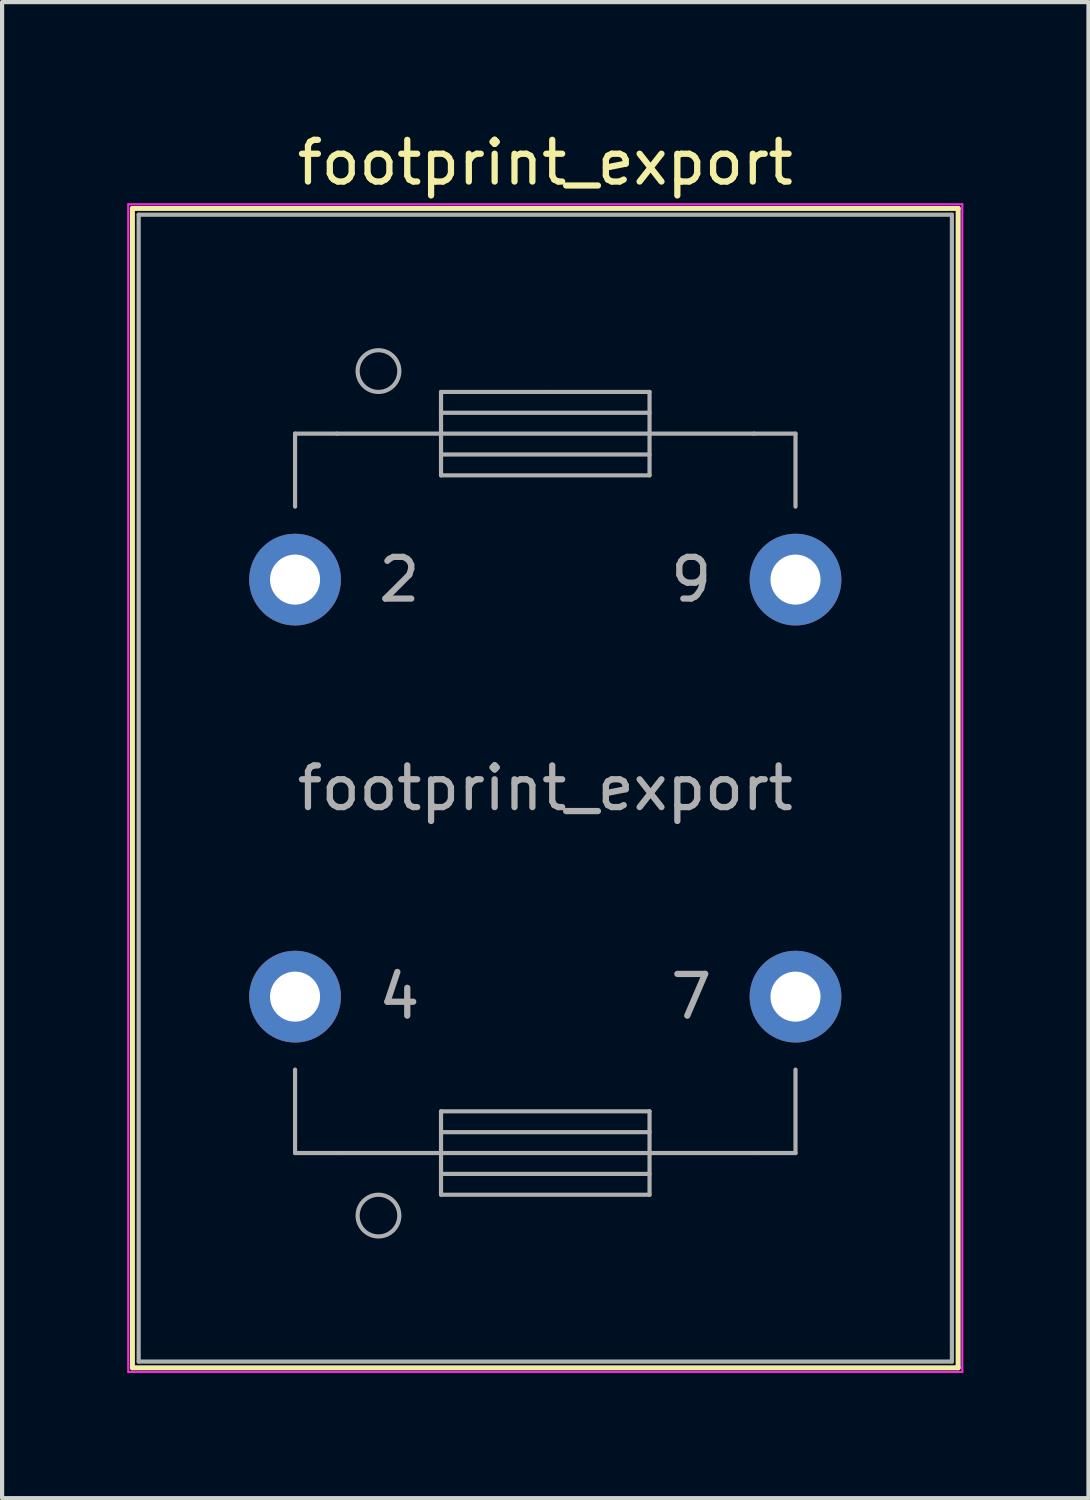
<source format=kicad_pcb>
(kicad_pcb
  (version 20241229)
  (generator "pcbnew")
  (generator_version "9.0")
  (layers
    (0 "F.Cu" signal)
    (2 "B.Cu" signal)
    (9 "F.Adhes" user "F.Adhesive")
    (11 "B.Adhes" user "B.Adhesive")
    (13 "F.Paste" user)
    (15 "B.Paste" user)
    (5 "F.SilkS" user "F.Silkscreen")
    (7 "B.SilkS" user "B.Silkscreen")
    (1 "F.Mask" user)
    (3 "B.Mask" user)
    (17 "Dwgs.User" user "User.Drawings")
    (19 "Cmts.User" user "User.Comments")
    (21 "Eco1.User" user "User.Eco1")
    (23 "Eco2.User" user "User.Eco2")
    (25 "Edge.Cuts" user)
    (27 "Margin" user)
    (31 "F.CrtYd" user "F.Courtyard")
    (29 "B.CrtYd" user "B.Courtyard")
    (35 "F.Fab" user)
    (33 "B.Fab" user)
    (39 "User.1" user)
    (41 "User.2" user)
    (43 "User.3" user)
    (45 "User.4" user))
  (footprint "footprint_export"
    (layer "F.Cu")
    (at 4.025 10.848)
    (property "Reference" "footprint_export" (at 6 -10 0) (layer "F.SilkS") (effects (font (size 1 1) (thickness 0.15))))
    (attr through_hole)
    (fp_line (start -3.9 18.9) (end -3.9 -8.9) (stroke (width 0.12) (type solid)) (layer "F.SilkS"))
    (fp_line (start -3.9 18.9) (end 15.9 18.9) (stroke (width 0.12) (type solid)) (layer "F.SilkS"))
    (fp_line (start 15.9 -8.9) (end -3.9 -8.9) (stroke (width 0.12) (type solid)) (layer "F.SilkS"))
    (fp_line (start 15.9 18.9) (end 15.9 -8.9) (stroke (width 0.12) (type solid)) (layer "F.SilkS"))
    (fp_line (start -4 -9) (end -4 19) (stroke (width 0.05) (type solid)) (layer "F.CrtYd"))
    (fp_line (start -4 19) (end 16 19) (stroke (width 0.05) (type solid)) (layer "F.CrtYd"))
    (fp_line (start 16 -9) (end -4 -9) (stroke (width 0.05) (type solid)) (layer "F.CrtYd"))
    (fp_line (start 16 19) (end 16 -9) (stroke (width 0.05) (type solid)) (layer "F.CrtYd"))
    (fp_line (start -3.75 -8.75) (end -3.75 18.75) (stroke (width 0.1) (type solid)) (layer "F.Fab"))
    (fp_line (start 0 -3.5) (end 0 -1.75) (stroke (width 0.1) (type solid)) (layer "F.Fab"))
    (fp_line (start 0 13.75) (end 0 11.75) (stroke (width 0.1) (type solid)) (layer "F.Fab"))
    (fp_line (start 1 -3.5) (end 0 -3.5) (stroke (width 0.1) (type solid)) (layer "F.Fab"))
    (fp_line (start 1 13.75) (end 0 13.75) (stroke (width 0.1) (type solid)) (layer "F.Fab"))
    (fp_line (start 1 13.75) (end 3.5 13.75) (stroke (width 0.1) (type solid)) (layer "F.Fab"))
    (fp_line (start 3.5 -4.5) (end 6 -4.5) (stroke (width 0.1) (type solid)) (layer "F.Fab"))
    (fp_line (start 3.5 -3.5) (end 1 -3.5) (stroke (width 0.1) (type solid)) (layer "F.Fab"))
    (fp_line (start 3.5 -3.5) (end 8.5 -3.5) (stroke (width 0.1) (type solid)) (layer "F.Fab"))
    (fp_line (start 3.5 -3) (end 8.5 -3) (stroke (width 0.1) (type solid)) (layer "F.Fab"))
    (fp_line (start 3.5 -2.5) (end 3.5 -4.5) (stroke (width 0.1) (type solid)) (layer "F.Fab"))
    (fp_line (start 3.5 12.75) (end 8.5 12.75) (stroke (width 0.1) (type solid)) (layer "F.Fab"))
    (fp_line (start 3.5 14.25) (end 8.5 14.25) (stroke (width 0.1) (type solid)) (layer "F.Fab"))
    (fp_line (start 3.5 14.75) (end 3.5 12.75) (stroke (width 0.1) (type solid)) (layer "F.Fab"))
    (fp_line (start 6 -4.5) (end 8.5 -4.5) (stroke (width 0.1) (type solid)) (layer "F.Fab"))
    (fp_line (start 8.5 -4.5) (end 8.5 -2.5) (stroke (width 0.1) (type solid)) (layer "F.Fab"))
    (fp_line (start 8.5 -4) (end 3.5 -4) (stroke (width 0.1) (type solid)) (layer "F.Fab"))
    (fp_line (start 8.5 -3.5) (end 11 -3.5) (stroke (width 0.1) (type solid)) (layer "F.Fab"))
    (fp_line (start 8.5 -2.5) (end 3.5 -2.5) (stroke (width 0.1) (type solid)) (layer "F.Fab"))
    (fp_line (start 8.5 12.75) (end 8.5 14.75) (stroke (width 0.1) (type solid)) (layer "F.Fab"))
    (fp_line (start 8.5 13.25) (end 3.5 13.25) (stroke (width 0.1) (type solid)) (layer "F.Fab"))
    (fp_line (start 8.5 13.75) (end 3.5 13.75) (stroke (width 0.1) (type solid)) (layer "F.Fab"))
    (fp_line (start 8.5 14.75) (end 3.5 14.75) (stroke (width 0.1) (type solid)) (layer "F.Fab"))
    (fp_line (start 11 -3.5) (end 12 -3.5) (stroke (width 0.1) (type solid)) (layer "F.Fab"))
    (fp_line (start 11 13.75) (end 8.5 13.75) (stroke (width 0.1) (type solid)) (layer "F.Fab"))
    (fp_line (start 11 13.75) (end 12 13.75) (stroke (width 0.1) (type solid)) (layer "F.Fab"))
    (fp_line (start 12 -3.5) (end 12 -1.75) (stroke (width 0.1) (type solid)) (layer "F.Fab"))
    (fp_line (start 12 13.75) (end 12 11.75) (stroke (width 0.1) (type solid)) (layer "F.Fab"))
    (fp_line (start 15.75 -8.75) (end -3.75 -8.75) (stroke (width 0.1) (type solid)) (layer "F.Fab"))
    (fp_line (start 15.75 -8.75) (end 15.75 18.75) (stroke (width 0.1) (type solid)) (layer "F.Fab"))
    (fp_line (start 15.75 18.75) (end -3.75 18.75) (stroke (width 0.1) (type solid)) (layer "F.Fab"))
    (fp_circle (center 2 -5) (end 2.5 -5) (stroke (width 0.1) (type solid)) (fill no) (layer "F.Fab"))
    (fp_circle (center 2 15.25) (end 2.5 15.25) (stroke (width 0.1) (type solid)) (fill no) (layer "F.Fab"))
    (fp_text user "7" (at 9.5 10 0) (layer "F.Fab") (effects (font (size 1 1) (thickness 0.15))))
    (fp_text user "4" (at 2.5 10 0) (layer "F.Fab") (effects (font (size 1 1) (thickness 0.15))))
    (fp_text user "${REFERENCE}" (at 6 5 0) (layer "F.Fab") (effects (font (size 1 1) (thickness 0.15))))
    (fp_text user "9" (at 9.5 0 0) (layer "F.Fab") (effects (font (size 1 1) (thickness 0.15))))
    (fp_text user "2" (at 2.5 0 0) (layer "F.Fab") (effects (font (size 1 1) (thickness 0.15))))
    (pad "2" thru_hole circle (at 0 0) (size 2.2 2.2) (drill 1.2) (layers "*.Cu" "*.Mask"))
    (pad "4" thru_hole circle (at 0 10) (size 2.2 2.2) (drill 1.2) (layers "*.Cu" "*.Mask"))
    (pad "7" thru_hole circle (at 12 10) (size 2.2 2.2) (drill 1.2) (layers "*.Cu" "*.Mask"))
    (pad "9" thru_hole circle (at 12 0) (size 2.2 2.2) (drill 1.2) (layers "*.Cu" "*.Mask")))
  (gr_rect
    (start -3 -3)
    (end 23.05 32.873)
    (stroke (width 0.1) (type default))
    (fill no)
    (layer "Edge.Cuts")))
</source>
